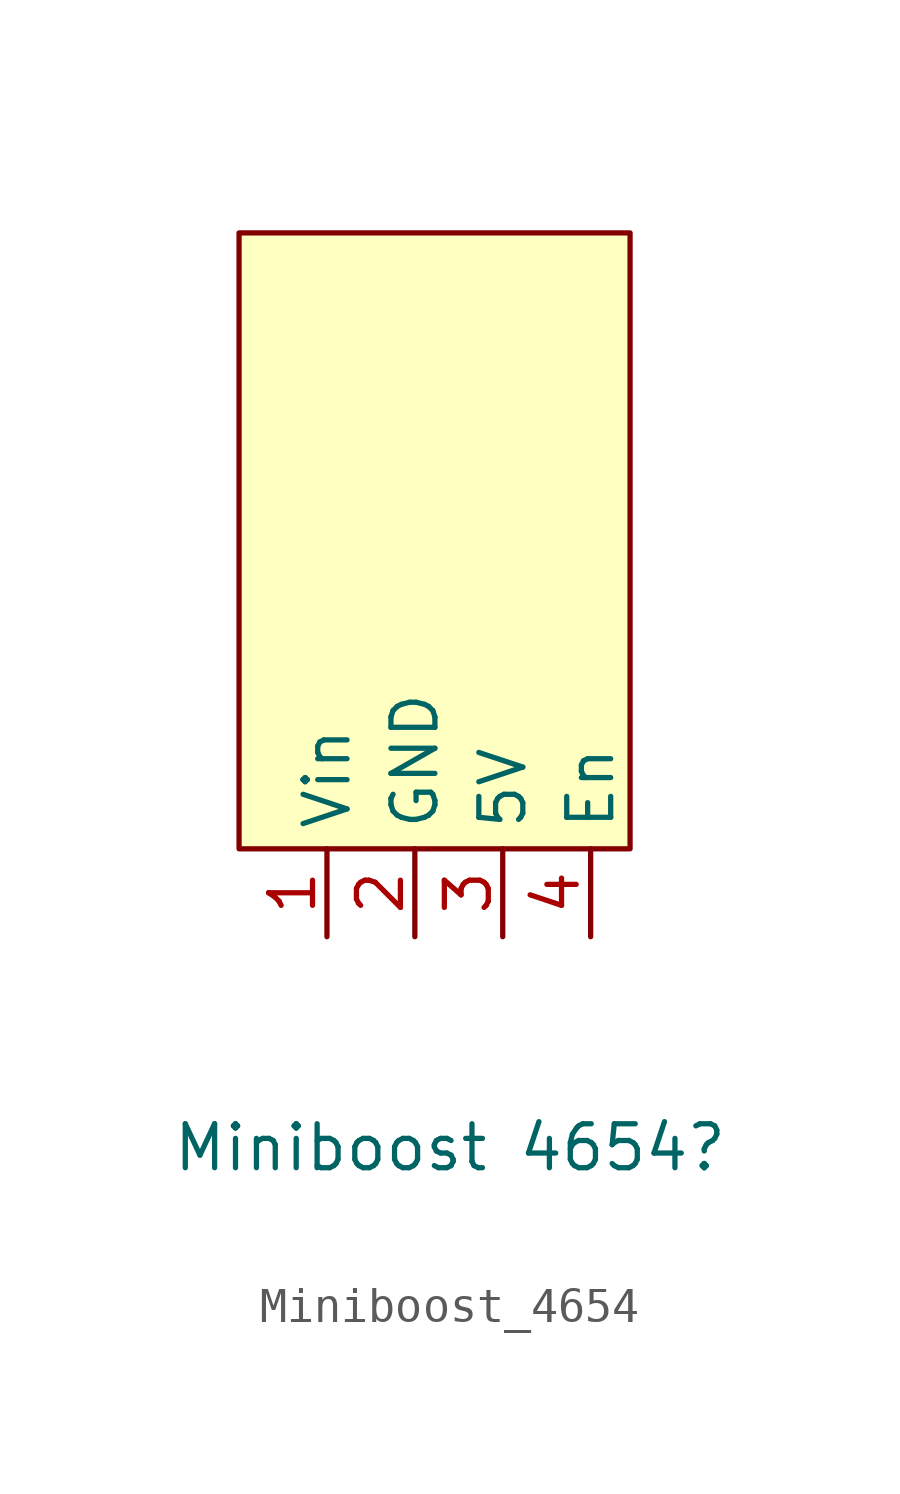
<source format=kicad_sym>
(kicad_symbol_lib
  (version 20241209)
  (generator "kicad_symbol_editor")
  (generator_version "9.0")
  (symbol "Miniboost_4654"
    (property "Reference" "Miniboost 4654"
      (at 6.096 -8.636 0)
      (effects (font (size 1.27 1.27))))
    (property "Value" ""
      (at 0 0 0)
      (effects (font (size 1.27 1.27))))
    (symbol "Miniboost_4654_1_1"
      (rectangle (start 0 17.8) (end 11.3 0) (stroke (width 0) (type solid)) (fill (type background)))
      (pin input line (at 2.54 -2.54 90) (length 2.54) (name "Vin" (effects (font (size 1.27 1.27)))) (number "1" (effects (font (size 1.27 1.27)))))
      (pin input line (at 5.08 -2.54 90) (length 2.54) (name "GND" (effects (font (size 1.27 1.27)))) (number "2" (effects (font (size 1.27 1.27)))))
      (pin output line (at 7.62 -2.54 90) (length 2.54) (name "5V" (effects (font (size 1.27 1.27)))) (number "3" (effects (font (size 1.27 1.27)))))
      (pin input line (at 10.16 -2.54 90) (length 2.54) (name "En" (effects (font (size 1.27 1.27)))) (number "4" (effects (font (size 1.27 1.27))))))))
</source>
